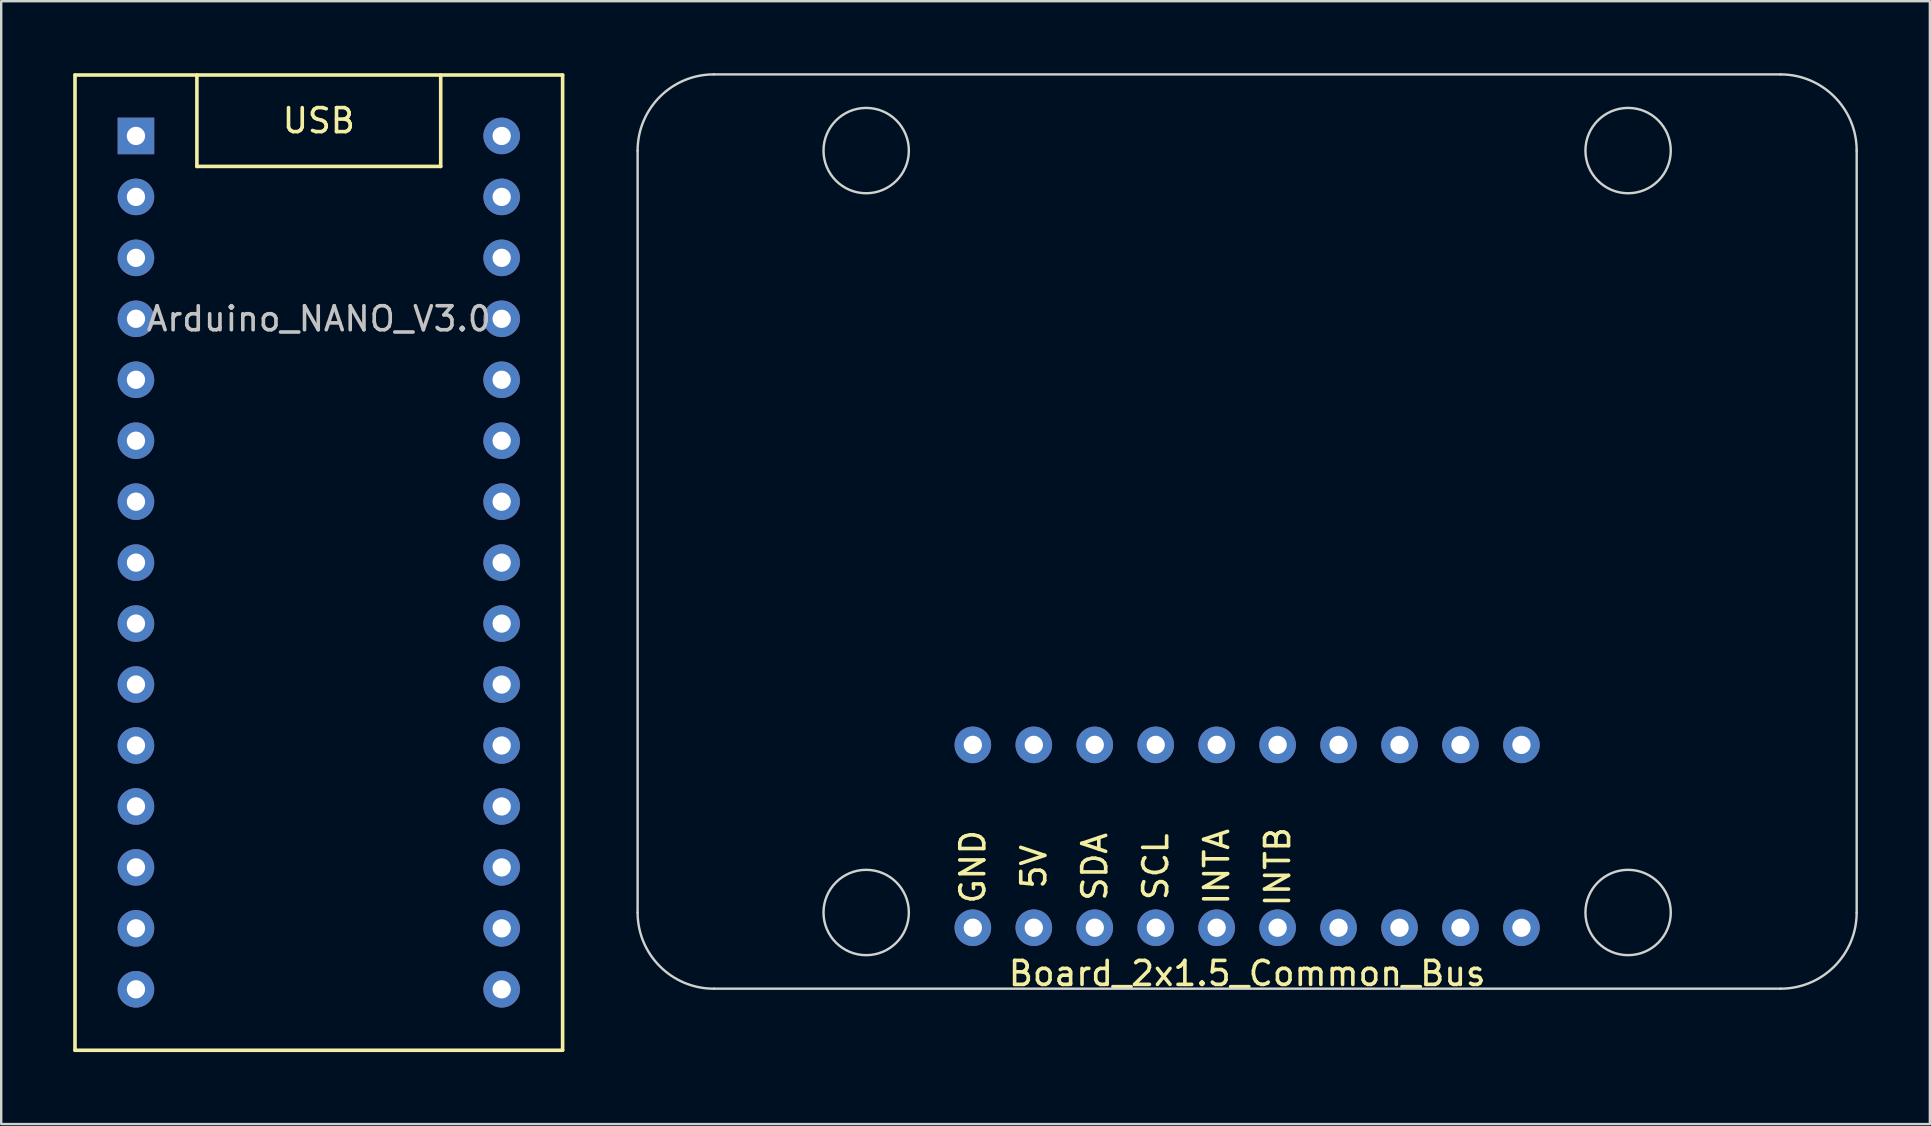
<source format=kicad_pcb>
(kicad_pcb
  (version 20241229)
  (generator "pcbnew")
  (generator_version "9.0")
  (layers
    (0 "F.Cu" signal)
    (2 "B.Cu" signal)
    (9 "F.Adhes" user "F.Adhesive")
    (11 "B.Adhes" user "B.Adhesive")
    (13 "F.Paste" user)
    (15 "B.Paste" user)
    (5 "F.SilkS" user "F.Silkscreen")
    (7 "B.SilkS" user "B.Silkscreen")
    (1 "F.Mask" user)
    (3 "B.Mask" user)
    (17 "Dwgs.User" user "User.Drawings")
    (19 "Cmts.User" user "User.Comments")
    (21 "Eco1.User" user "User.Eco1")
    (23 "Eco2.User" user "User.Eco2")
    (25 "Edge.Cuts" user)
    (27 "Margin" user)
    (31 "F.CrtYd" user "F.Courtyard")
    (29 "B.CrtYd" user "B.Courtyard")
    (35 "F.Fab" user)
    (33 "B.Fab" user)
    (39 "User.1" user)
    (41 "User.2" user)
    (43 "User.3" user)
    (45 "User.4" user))
  (footprint "Arduino_NANO_V3.0"
    (layer "F.Cu")
    (at 10.235 20.395)
    (property "Reference" "Arduino_NANO_V3.0" (at 0 -10.16 0) (layer "Dwgs.User") (effects (font (size 1 1) (thickness 0.15))))
    (attr through_hole)
    (fp_line (start -10.16 -20.32) (end -10.16 20.32) (stroke (width 0.15) (type solid)) (layer "F.SilkS"))
    (fp_line (start -10.16 20.32) (end 10.16 20.32) (stroke (width 0.15) (type solid)) (layer "F.SilkS"))
    (fp_line (start -5.08 -20.32) (end -5.08 -16.51) (stroke (width 0.15) (type solid)) (layer "F.SilkS"))
    (fp_line (start -5.08 -16.51) (end 5.08 -16.51) (stroke (width 0.15) (type solid)) (layer "F.SilkS"))
    (fp_line (start 5.08 -16.51) (end 5.08 -20.32) (stroke (width 0.15) (type solid)) (layer "F.SilkS"))
    (fp_line (start 10.16 -20.32) (end -10.16 -20.32) (stroke (width 0.15) (type solid)) (layer "F.SilkS"))
    (fp_line (start 10.16 20.32) (end 10.16 -20.32) (stroke (width 0.15) (type solid)) (layer "F.SilkS"))
    (fp_text user "USB" (at 0 -18.415 0) (layer "F.SilkS") (effects (font (size 1 1) (thickness 0.15))))
    (pad "1" thru_hole rect (at -7.62 -17.78) (size 1.524 1.524) (drill 0.762) (layers "*.Cu" "*.Mask"))
    (pad "2" thru_hole circle (at -7.62 -15.24) (size 1.524 1.524) (drill 0.762) (layers "*.Cu" "*.Mask"))
    (pad "3" thru_hole circle (at -7.62 -12.7) (size 1.524 1.524) (drill 0.762) (layers "*.Cu" "*.Mask"))
    (pad "4" thru_hole circle (at -7.62 -10.16) (size 1.524 1.524) (drill 0.762) (layers "*.Cu" "*.Mask"))
    (pad "5" thru_hole circle (at -7.62 -7.62) (size 1.524 1.524) (drill 0.762) (layers "*.Cu" "*.Mask"))
    (pad "6" thru_hole circle (at -7.62 -5.08) (size 1.524 1.524) (drill 0.762) (layers "*.Cu" "*.Mask"))
    (pad "7" thru_hole circle (at -7.62 -2.54) (size 1.524 1.524) (drill 0.762) (layers "*.Cu" "*.Mask"))
    (pad "8" thru_hole circle (at -7.62 0) (size 1.524 1.524) (drill 0.762) (layers "*.Cu" "*.Mask"))
    (pad "9" thru_hole circle (at -7.62 2.54) (size 1.524 1.524) (drill 0.762) (layers "*.Cu" "*.Mask"))
    (pad "10" thru_hole circle (at -7.62 5.08) (size 1.524 1.524) (drill 0.762) (layers "*.Cu" "*.Mask"))
    (pad "11" thru_hole circle (at -7.62 7.62) (size 1.524 1.524) (drill 0.762) (layers "*.Cu" "*.Mask"))
    (pad "12" thru_hole circle (at -7.62 10.16) (size 1.524 1.524) (drill 0.762) (layers "*.Cu" "*.Mask"))
    (pad "13" thru_hole circle (at -7.62 12.7) (size 1.524 1.524) (drill 0.762) (layers "*.Cu" "*.Mask"))
    (pad "14" thru_hole circle (at -7.62 15.24) (size 1.524 1.524) (drill 0.762) (layers "*.Cu" "*.Mask"))
    (pad "15" thru_hole circle (at -7.62 17.78) (size 1.524 1.524) (drill 0.762) (layers "*.Cu" "*.Mask"))
    (pad "16" thru_hole circle (at 7.62 17.78) (size 1.524 1.524) (drill 0.762) (layers "*.Cu" "*.Mask"))
    (pad "17" thru_hole circle (at 7.62 15.24) (size 1.524 1.524) (drill 0.762) (layers "*.Cu" "*.Mask"))
    (pad "18" thru_hole circle (at 7.62 12.7) (size 1.524 1.524) (drill 0.762) (layers "*.Cu" "*.Mask"))
    (pad "19" thru_hole circle (at 7.62 10.16) (size 1.524 1.524) (drill 0.762) (layers "*.Cu" "*.Mask"))
    (pad "20" thru_hole circle (at 7.62 7.62) (size 1.524 1.524) (drill 0.762) (layers "*.Cu" "*.Mask"))
    (pad "21" thru_hole circle (at 7.62 5.08) (size 1.524 1.524) (drill 0.762) (layers "*.Cu" "*.Mask"))
    (pad "22" thru_hole circle (at 7.62 2.54) (size 1.524 1.524) (drill 0.762) (layers "*.Cu" "*.Mask"))
    (pad "23" thru_hole circle (at 7.62 0) (size 1.524 1.524) (drill 0.762) (layers "*.Cu" "*.Mask"))
    (pad "24" thru_hole circle (at 7.62 -2.54) (size 1.524 1.524) (drill 0.762) (layers "*.Cu" "*.Mask"))
    (pad "25" thru_hole circle (at 7.62 -5.08) (size 1.524 1.524) (drill 0.762) (layers "*.Cu" "*.Mask"))
    (pad "26" thru_hole circle (at 7.62 -7.62) (size 1.524 1.524) (drill 0.762) (layers "*.Cu" "*.Mask"))
    (pad "27" thru_hole circle (at 7.62 -10.16) (size 1.524 1.524) (drill 0.762) (layers "*.Cu" "*.Mask"))
    (pad "28" thru_hole circle (at 7.62 -12.7) (size 1.524 1.524) (drill 0.762) (layers "*.Cu" "*.Mask"))
    (pad "29" thru_hole circle (at 7.62 -15.24) (size 1.524 1.524) (drill 0.762) (layers "*.Cu" "*.Mask"))
    (pad "30" thru_hole circle (at 7.62 -17.78) (size 1.524 1.524) (drill 0.762) (layers "*.Cu" "*.Mask")))
  (footprint "Board_2x1.5_Common_Bus"
    (layer "F.Cu")
    (at 48.92 19.1)
    (property "Reference" "Board_2x1.5_Common_Bus" (at 0 18.415 0) (layer "F.SilkS") (effects (font (size 1 1) (thickness 0.15))))
    (attr through_hole)
    (fp_line (start -25.4 -15.875) (end -25.4 15.875) (stroke (width 0.1) (type solid)) (layer "Edge.Cuts"))
    (fp_line (start -22.225 -19.05) (end 22.225 -19.05) (stroke (width 0.1) (type solid)) (layer "Edge.Cuts"))
    (fp_line (start -22.225 19.05) (end 22.225 19.05) (stroke (width 0.1) (type solid)) (layer "Edge.Cuts"))
    (fp_line (start 25.4 -15.875) (end 25.4 15.875) (stroke (width 0.1) (type solid)) (layer "Edge.Cuts"))
    (fp_arc (start -25.4 -15.875) (mid -24.470064 -18.120064) (end -22.225 -19.05) (stroke (width 0.1) (type solid)) (layer "Edge.Cuts"))
    (fp_arc (start -22.225 19.05) (mid -24.470064 18.120064) (end -25.4 15.875) (stroke (width 0.1) (type solid)) (layer "Edge.Cuts"))
    (fp_arc (start 22.225 -19.05) (mid 24.470064 -18.120064) (end 25.4 -15.875) (stroke (width 0.1) (type solid)) (layer "Edge.Cuts"))
    (fp_arc (start 25.4 15.875) (mid 24.470064 18.120064) (end 22.225 19.05) (stroke (width 0.1) (type solid)) (layer "Edge.Cuts"))
    (fp_circle (center -15.875 -15.875) (end -14.097 -15.875) (stroke (width 0.1) (type solid)) (fill no) (layer "Edge.Cuts"))
    (fp_circle (center -15.875 15.875) (end -14.097 15.875) (stroke (width 0.1) (type solid)) (fill no) (layer "Edge.Cuts"))
    (fp_circle (center 15.875 -15.875) (end 17.653 -15.875) (stroke (width 0.1) (type solid)) (fill no) (layer "Edge.Cuts"))
    (fp_circle (center 15.875 15.875) (end 17.653 15.875) (stroke (width 0.1) (type solid)) (fill no) (layer "Edge.Cuts"))
    (fp_text user "GND" (at -11.43 13.97 90) (layer "F.SilkS") (effects (font (size 1 1) (thickness 0.15))))
    (fp_text user "INTA" (at -1.27 13.97 90) (layer "F.SilkS") (effects (font (size 1 1) (thickness 0.15))))
    (fp_text user "SDA" (at -6.35 13.97 90) (layer "F.SilkS") (effects (font (size 1 1) (thickness 0.15))))
    (fp_text user "INTB" (at 1.27 13.97 90) (layer "F.SilkS") (effects (font (size 1 1) (thickness 0.15))))
    (fp_text user "SCL" (at -3.81 13.97 90) (layer "F.SilkS") (effects (font (size 1 1) (thickness 0.15))))
    (fp_text user "5V" (at -8.89 13.97 90) (layer "F.SilkS") (effects (font (size 1 1) (thickness 0.15))))
    (pad "1" thru_hole circle (at -11.43 16.51) (size 1.524 1.524) (drill 0.762) (layers "*.Cu" "*.Mask"))
    (pad "2" thru_hole circle (at -8.89 16.51) (size 1.524 1.524) (drill 0.762) (layers "*.Cu" "*.Mask"))
    (pad "3" thru_hole circle (at -6.35 16.51) (size 1.524 1.524) (drill 0.762) (layers "*.Cu" "*.Mask"))
    (pad "4" thru_hole circle (at -3.81 16.51) (size 1.524 1.524) (drill 0.762) (layers "*.Cu" "*.Mask"))
    (pad "5" thru_hole circle (at -1.27 16.51) (size 1.524 1.524) (drill 0.762) (layers "*.Cu" "*.Mask"))
    (pad "6" thru_hole circle (at 1.27 16.51) (size 1.524 1.524) (drill 0.762) (layers "*.Cu" "*.Mask"))
    (pad "7" thru_hole circle (at 3.81 16.51) (size 1.524 1.524) (drill 0.762) (layers "*.Cu" "*.Mask"))
    (pad "8" thru_hole circle (at 6.35 16.51) (size 1.524 1.524) (drill 0.762) (layers "*.Cu" "*.Mask"))
    (pad "9" thru_hole circle (at 8.89 16.51) (size 1.524 1.524) (drill 0.762) (layers "*.Cu" "*.Mask"))
    (pad "10" thru_hole circle (at 11.43 16.51) (size 1.524 1.524) (drill 0.762) (layers "*.Cu" "*.Mask"))
    (pad "11" thru_hole circle (at 11.43 8.89) (size 1.524 1.524) (drill 0.762) (layers "*.Cu" "*.Mask"))
    (pad "12" thru_hole circle (at 8.89 8.89) (size 1.524 1.524) (drill 0.762) (layers "*.Cu" "*.Mask"))
    (pad "13" thru_hole circle (at 6.35 8.89) (size 1.524 1.524) (drill 0.762) (layers "*.Cu" "*.Mask"))
    (pad "14" thru_hole circle (at 3.81 8.89) (size 1.524 1.524) (drill 0.762) (layers "*.Cu" "*.Mask"))
    (pad "15" thru_hole circle (at 1.27 8.89) (size 1.524 1.524) (drill 0.762) (layers "*.Cu" "*.Mask"))
    (pad "16" thru_hole circle (at -1.27 8.89) (size 1.524 1.524) (drill 0.762) (layers "*.Cu" "*.Mask"))
    (pad "17" thru_hole circle (at -3.81 8.89) (size 1.524 1.524) (drill 0.762) (layers "*.Cu" "*.Mask"))
    (pad "18" thru_hole circle (at -6.35 8.89) (size 1.524 1.524) (drill 0.762) (layers "*.Cu" "*.Mask"))
    (pad "19" thru_hole circle (at -8.89 8.89) (size 1.524 1.524) (drill 0.762) (layers "*.Cu" "*.Mask"))
    (pad "20" thru_hole circle (at -11.43 8.89) (size 1.524 1.524) (drill 0.762) (layers "*.Cu" "*.Mask")))
  (gr_rect
    (start -3 -3)
    (end 77.37 43.79)
    (stroke (width 0.1) (type default))
    (fill no)
    (layer "Edge.Cuts")))
</source>
